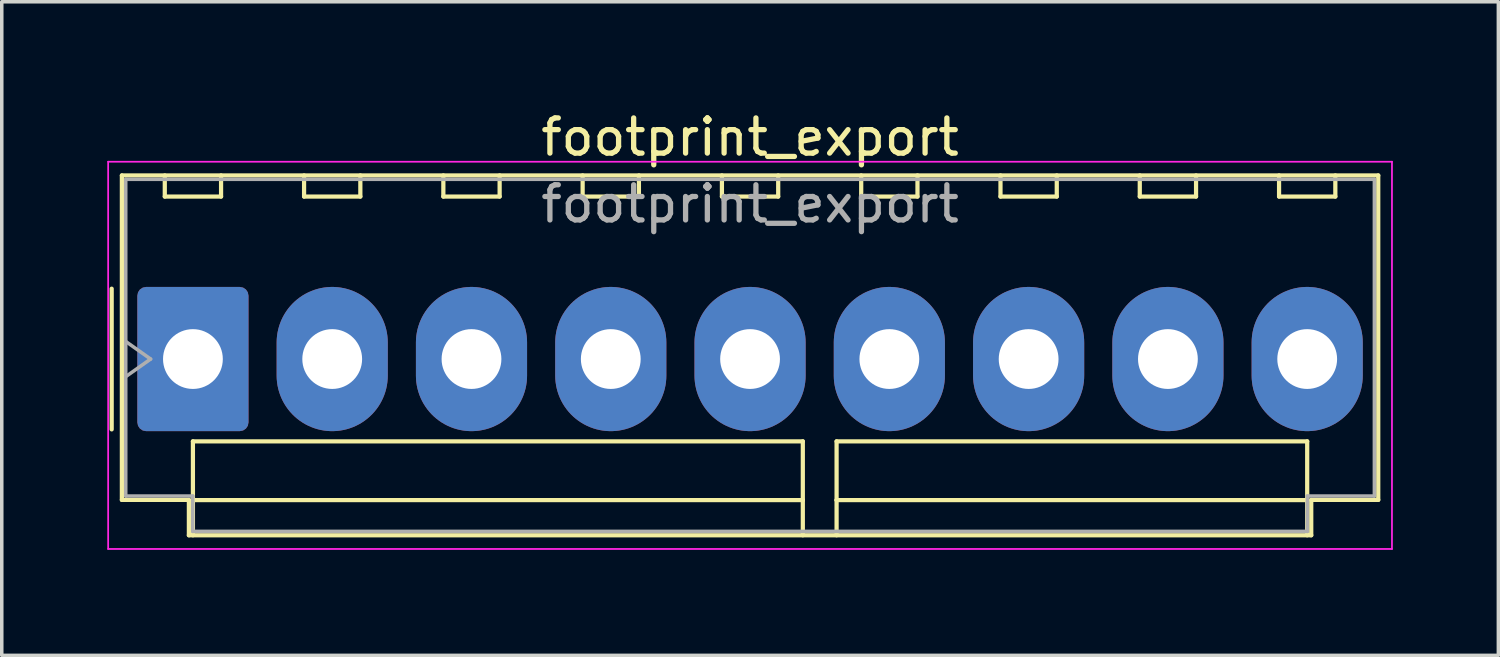
<source format=kicad_pcb>
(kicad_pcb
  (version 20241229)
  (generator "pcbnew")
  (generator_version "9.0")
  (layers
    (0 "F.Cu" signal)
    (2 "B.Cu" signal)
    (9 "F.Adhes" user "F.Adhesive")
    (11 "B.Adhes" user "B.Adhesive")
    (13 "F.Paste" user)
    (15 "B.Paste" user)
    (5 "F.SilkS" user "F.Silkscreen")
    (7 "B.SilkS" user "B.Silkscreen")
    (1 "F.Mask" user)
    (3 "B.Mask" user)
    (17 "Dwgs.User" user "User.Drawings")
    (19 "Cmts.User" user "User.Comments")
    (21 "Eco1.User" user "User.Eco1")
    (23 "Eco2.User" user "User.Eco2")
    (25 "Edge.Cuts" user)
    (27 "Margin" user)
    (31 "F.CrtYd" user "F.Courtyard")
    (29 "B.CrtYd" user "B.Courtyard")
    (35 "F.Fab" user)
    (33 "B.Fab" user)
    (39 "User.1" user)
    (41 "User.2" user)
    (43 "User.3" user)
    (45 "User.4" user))
  (footprint "footprint_export"
    (layer "F.Cu")
    (at 2.435 7.158)
    (property "Reference" "footprint_export" (at 15.84 -6.31 0) (layer "F.SilkS") (effects (font (size 1 1) (thickness 0.15))))
    (attr through_hole)
    (fp_line (start -2.31 -2) (end -2.31 2) (stroke (width 0.12) (type solid)) (layer "F.SilkS"))
    (fp_line (start -2.02 -5.22) (end 33.7 -5.22) (stroke (width 0.12) (type solid)) (layer "F.SilkS"))
    (fp_line (start -2.02 4.005) (end -2.02 -5.22) (stroke (width 0.12) (type solid)) (layer "F.SilkS"))
    (fp_line (start -0.8 -5.22) (end -0.8 -4.62) (stroke (width 0.12) (type solid)) (layer "F.SilkS"))
    (fp_line (start -0.8 -4.62) (end 0.8 -4.62) (stroke (width 0.12) (type solid)) (layer "F.SilkS"))
    (fp_line (start -0.115 4.005) (end -2.02 4.005) (stroke (width 0.12) (type solid)) (layer "F.SilkS"))
    (fp_line (start -0.115 5.01) (end -0.115 4.005) (stroke (width 0.12) (type solid)) (layer "F.SilkS"))
    (fp_line (start 0 2.34) (end 17.34 2.34) (stroke (width 0.12) (type solid)) (layer "F.SilkS"))
    (fp_line (start 0 4.01) (end 0 2.34) (stroke (width 0.12) (type solid)) (layer "F.SilkS"))
    (fp_line (start 0 4.01) (end 17.34 4.01) (stroke (width 0.12) (type solid)) (layer "F.SilkS"))
    (fp_line (start 0 5.01) (end 0 4.01) (stroke (width 0.12) (type solid)) (layer "F.SilkS"))
    (fp_line (start 0.8 -4.62) (end 0.8 -5.22) (stroke (width 0.12) (type solid)) (layer "F.SilkS"))
    (fp_line (start 3.16 -5.22) (end 3.16 -4.62) (stroke (width 0.12) (type solid)) (layer "F.SilkS"))
    (fp_line (start 3.16 -4.62) (end 4.76 -4.62) (stroke (width 0.12) (type solid)) (layer "F.SilkS"))
    (fp_line (start 4.76 -4.62) (end 4.76 -5.22) (stroke (width 0.12) (type solid)) (layer "F.SilkS"))
    (fp_line (start 7.12 -5.22) (end 7.12 -4.62) (stroke (width 0.12) (type solid)) (layer "F.SilkS"))
    (fp_line (start 7.12 -4.62) (end 8.72 -4.62) (stroke (width 0.12) (type solid)) (layer "F.SilkS"))
    (fp_line (start 8.72 -4.62) (end 8.72 -5.22) (stroke (width 0.12) (type solid)) (layer "F.SilkS"))
    (fp_line (start 11.08 -5.22) (end 11.08 -4.62) (stroke (width 0.12) (type solid)) (layer "F.SilkS"))
    (fp_line (start 11.08 -4.62) (end 12.68 -4.62) (stroke (width 0.12) (type solid)) (layer "F.SilkS"))
    (fp_line (start 12.68 -4.62) (end 12.68 -5.22) (stroke (width 0.12) (type solid)) (layer "F.SilkS"))
    (fp_line (start 15.04 -5.22) (end 15.04 -4.62) (stroke (width 0.12) (type solid)) (layer "F.SilkS"))
    (fp_line (start 15.04 -4.62) (end 16.64 -4.62) (stroke (width 0.12) (type solid)) (layer "F.SilkS"))
    (fp_line (start 16.64 -4.62) (end 16.64 -5.22) (stroke (width 0.12) (type solid)) (layer "F.SilkS"))
    (fp_line (start 17.34 2.34) (end 17.34 4.01) (stroke (width 0.12) (type solid)) (layer "F.SilkS"))
    (fp_line (start 17.34 4.01) (end 17.34 5.01) (stroke (width 0.12) (type solid)) (layer "F.SilkS"))
    (fp_line (start 18.3 2.34) (end 31.68 2.34) (stroke (width 0.12) (type solid)) (layer "F.SilkS"))
    (fp_line (start 18.3 4.01) (end 18.3 2.34) (stroke (width 0.12) (type solid)) (layer "F.SilkS"))
    (fp_line (start 18.3 4.01) (end 31.68 4.01) (stroke (width 0.12) (type solid)) (layer "F.SilkS"))
    (fp_line (start 18.3 5.01) (end 18.3 4.01) (stroke (width 0.12) (type solid)) (layer "F.SilkS"))
    (fp_line (start 19 -5.22) (end 19 -4.62) (stroke (width 0.12) (type solid)) (layer "F.SilkS"))
    (fp_line (start 19 -4.62) (end 20.6 -4.62) (stroke (width 0.12) (type solid)) (layer "F.SilkS"))
    (fp_line (start 20.6 -4.62) (end 20.6 -5.22) (stroke (width 0.12) (type solid)) (layer "F.SilkS"))
    (fp_line (start 22.96 -5.22) (end 22.96 -4.62) (stroke (width 0.12) (type solid)) (layer "F.SilkS"))
    (fp_line (start 22.96 -4.62) (end 24.56 -4.62) (stroke (width 0.12) (type solid)) (layer "F.SilkS"))
    (fp_line (start 24.56 -4.62) (end 24.56 -5.22) (stroke (width 0.12) (type solid)) (layer "F.SilkS"))
    (fp_line (start 26.92 -5.22) (end 26.92 -4.62) (stroke (width 0.12) (type solid)) (layer "F.SilkS"))
    (fp_line (start 26.92 -4.62) (end 28.52 -4.62) (stroke (width 0.12) (type solid)) (layer "F.SilkS"))
    (fp_line (start 28.52 -4.62) (end 28.52 -5.22) (stroke (width 0.12) (type solid)) (layer "F.SilkS"))
    (fp_line (start 30.88 -5.22) (end 30.88 -4.62) (stroke (width 0.12) (type solid)) (layer "F.SilkS"))
    (fp_line (start 30.88 -4.62) (end 32.48 -4.62) (stroke (width 0.12) (type solid)) (layer "F.SilkS"))
    (fp_line (start 31.68 2.34) (end 31.68 4.01) (stroke (width 0.12) (type solid)) (layer "F.SilkS"))
    (fp_line (start 31.68 4.01) (end 31.68 5.01) (stroke (width 0.12) (type solid)) (layer "F.SilkS"))
    (fp_line (start 31.795 4.005) (end 31.795 5.01) (stroke (width 0.12) (type solid)) (layer "F.SilkS"))
    (fp_line (start 31.795 5.01) (end -0.115 5.01) (stroke (width 0.12) (type solid)) (layer "F.SilkS"))
    (fp_line (start 32.48 -4.62) (end 32.48 -5.22) (stroke (width 0.12) (type solid)) (layer "F.SilkS"))
    (fp_line (start 33.7 -5.22) (end 33.7 4.005) (stroke (width 0.12) (type solid)) (layer "F.SilkS"))
    (fp_line (start 33.7 4.005) (end 31.795 4.005) (stroke (width 0.12) (type solid)) (layer "F.SilkS"))
    (fp_line (start -2.41 -5.61) (end -2.41 5.4) (stroke (width 0.05) (type solid)) (layer "F.CrtYd"))
    (fp_line (start -2.41 5.4) (end 34.09 5.4) (stroke (width 0.05) (type solid)) (layer "F.CrtYd"))
    (fp_line (start 34.09 -5.61) (end -2.41 -5.61) (stroke (width 0.05) (type solid)) (layer "F.CrtYd"))
    (fp_line (start 34.09 5.4) (end 34.09 -5.61) (stroke (width 0.05) (type solid)) (layer "F.CrtYd"))
    (fp_line (start -1.91 -5.11) (end 33.59 -5.11) (stroke (width 0.1) (type solid)) (layer "F.Fab"))
    (fp_line (start -1.91 -0.5) (end -1.203 0) (stroke (width 0.1) (type solid)) (layer "F.Fab"))
    (fp_line (start -1.91 3.895) (end -1.91 -5.11) (stroke (width 0.1) (type solid)) (layer "F.Fab"))
    (fp_line (start -1.203 0) (end -1.91 0.5) (stroke (width 0.1) (type solid)) (layer "F.Fab"))
    (fp_line (start -0.005 3.895) (end -1.91 3.895) (stroke (width 0.1) (type solid)) (layer "F.Fab"))
    (fp_line (start -0.005 4.9) (end -0.005 3.895) (stroke (width 0.1) (type solid)) (layer "F.Fab"))
    (fp_line (start 31.685 3.895) (end 31.685 4.9) (stroke (width 0.1) (type solid)) (layer "F.Fab"))
    (fp_line (start 31.685 4.9) (end -0.005 4.9) (stroke (width 0.1) (type solid)) (layer "F.Fab"))
    (fp_line (start 33.59 -5.11) (end 33.59 3.895) (stroke (width 0.1) (type solid)) (layer "F.Fab"))
    (fp_line (start 33.59 3.895) (end 31.685 3.895) (stroke (width 0.1) (type solid)) (layer "F.Fab"))
    (fp_text user "${REFERENCE}" (at 15.84 -4.41 0) (layer "F.Fab") (effects (font (size 1 1) (thickness 0.15))))
    (pad "1" thru_hole roundrect (at 0 0) (size 3.16 4.1) (drill 1.7) (layers "*.Cu" "*.Mask") (roundrect_rratio 0.079))
    (pad "2" thru_hole oval (at 3.96 0) (size 3.16 4.1) (drill 1.7) (layers "*.Cu" "*.Mask"))
    (pad "3" thru_hole oval (at 7.92 0) (size 3.16 4.1) (drill 1.7) (layers "*.Cu" "*.Mask"))
    (pad "4" thru_hole oval (at 11.88 0) (size 3.16 4.1) (drill 1.7) (layers "*.Cu" "*.Mask"))
    (pad "5" thru_hole oval (at 15.84 0) (size 3.16 4.1) (drill 1.7) (layers "*.Cu" "*.Mask"))
    (pad "6" thru_hole oval (at 19.8 0) (size 3.16 4.1) (drill 1.7) (layers "*.Cu" "*.Mask"))
    (pad "7" thru_hole oval (at 23.76 0) (size 3.16 4.1) (drill 1.7) (layers "*.Cu" "*.Mask"))
    (pad "8" thru_hole oval (at 27.72 0) (size 3.16 4.1) (drill 1.7) (layers "*.Cu" "*.Mask"))
    (pad "9" thru_hole oval (at 31.68 0) (size 3.16 4.1) (drill 1.7) (layers "*.Cu" "*.Mask")))
  (gr_rect
    (start -3 -3)
    (end 39.55 15.583)
    (stroke (width 0.1) (type default))
    (fill no)
    (layer "Edge.Cuts")))
</source>
